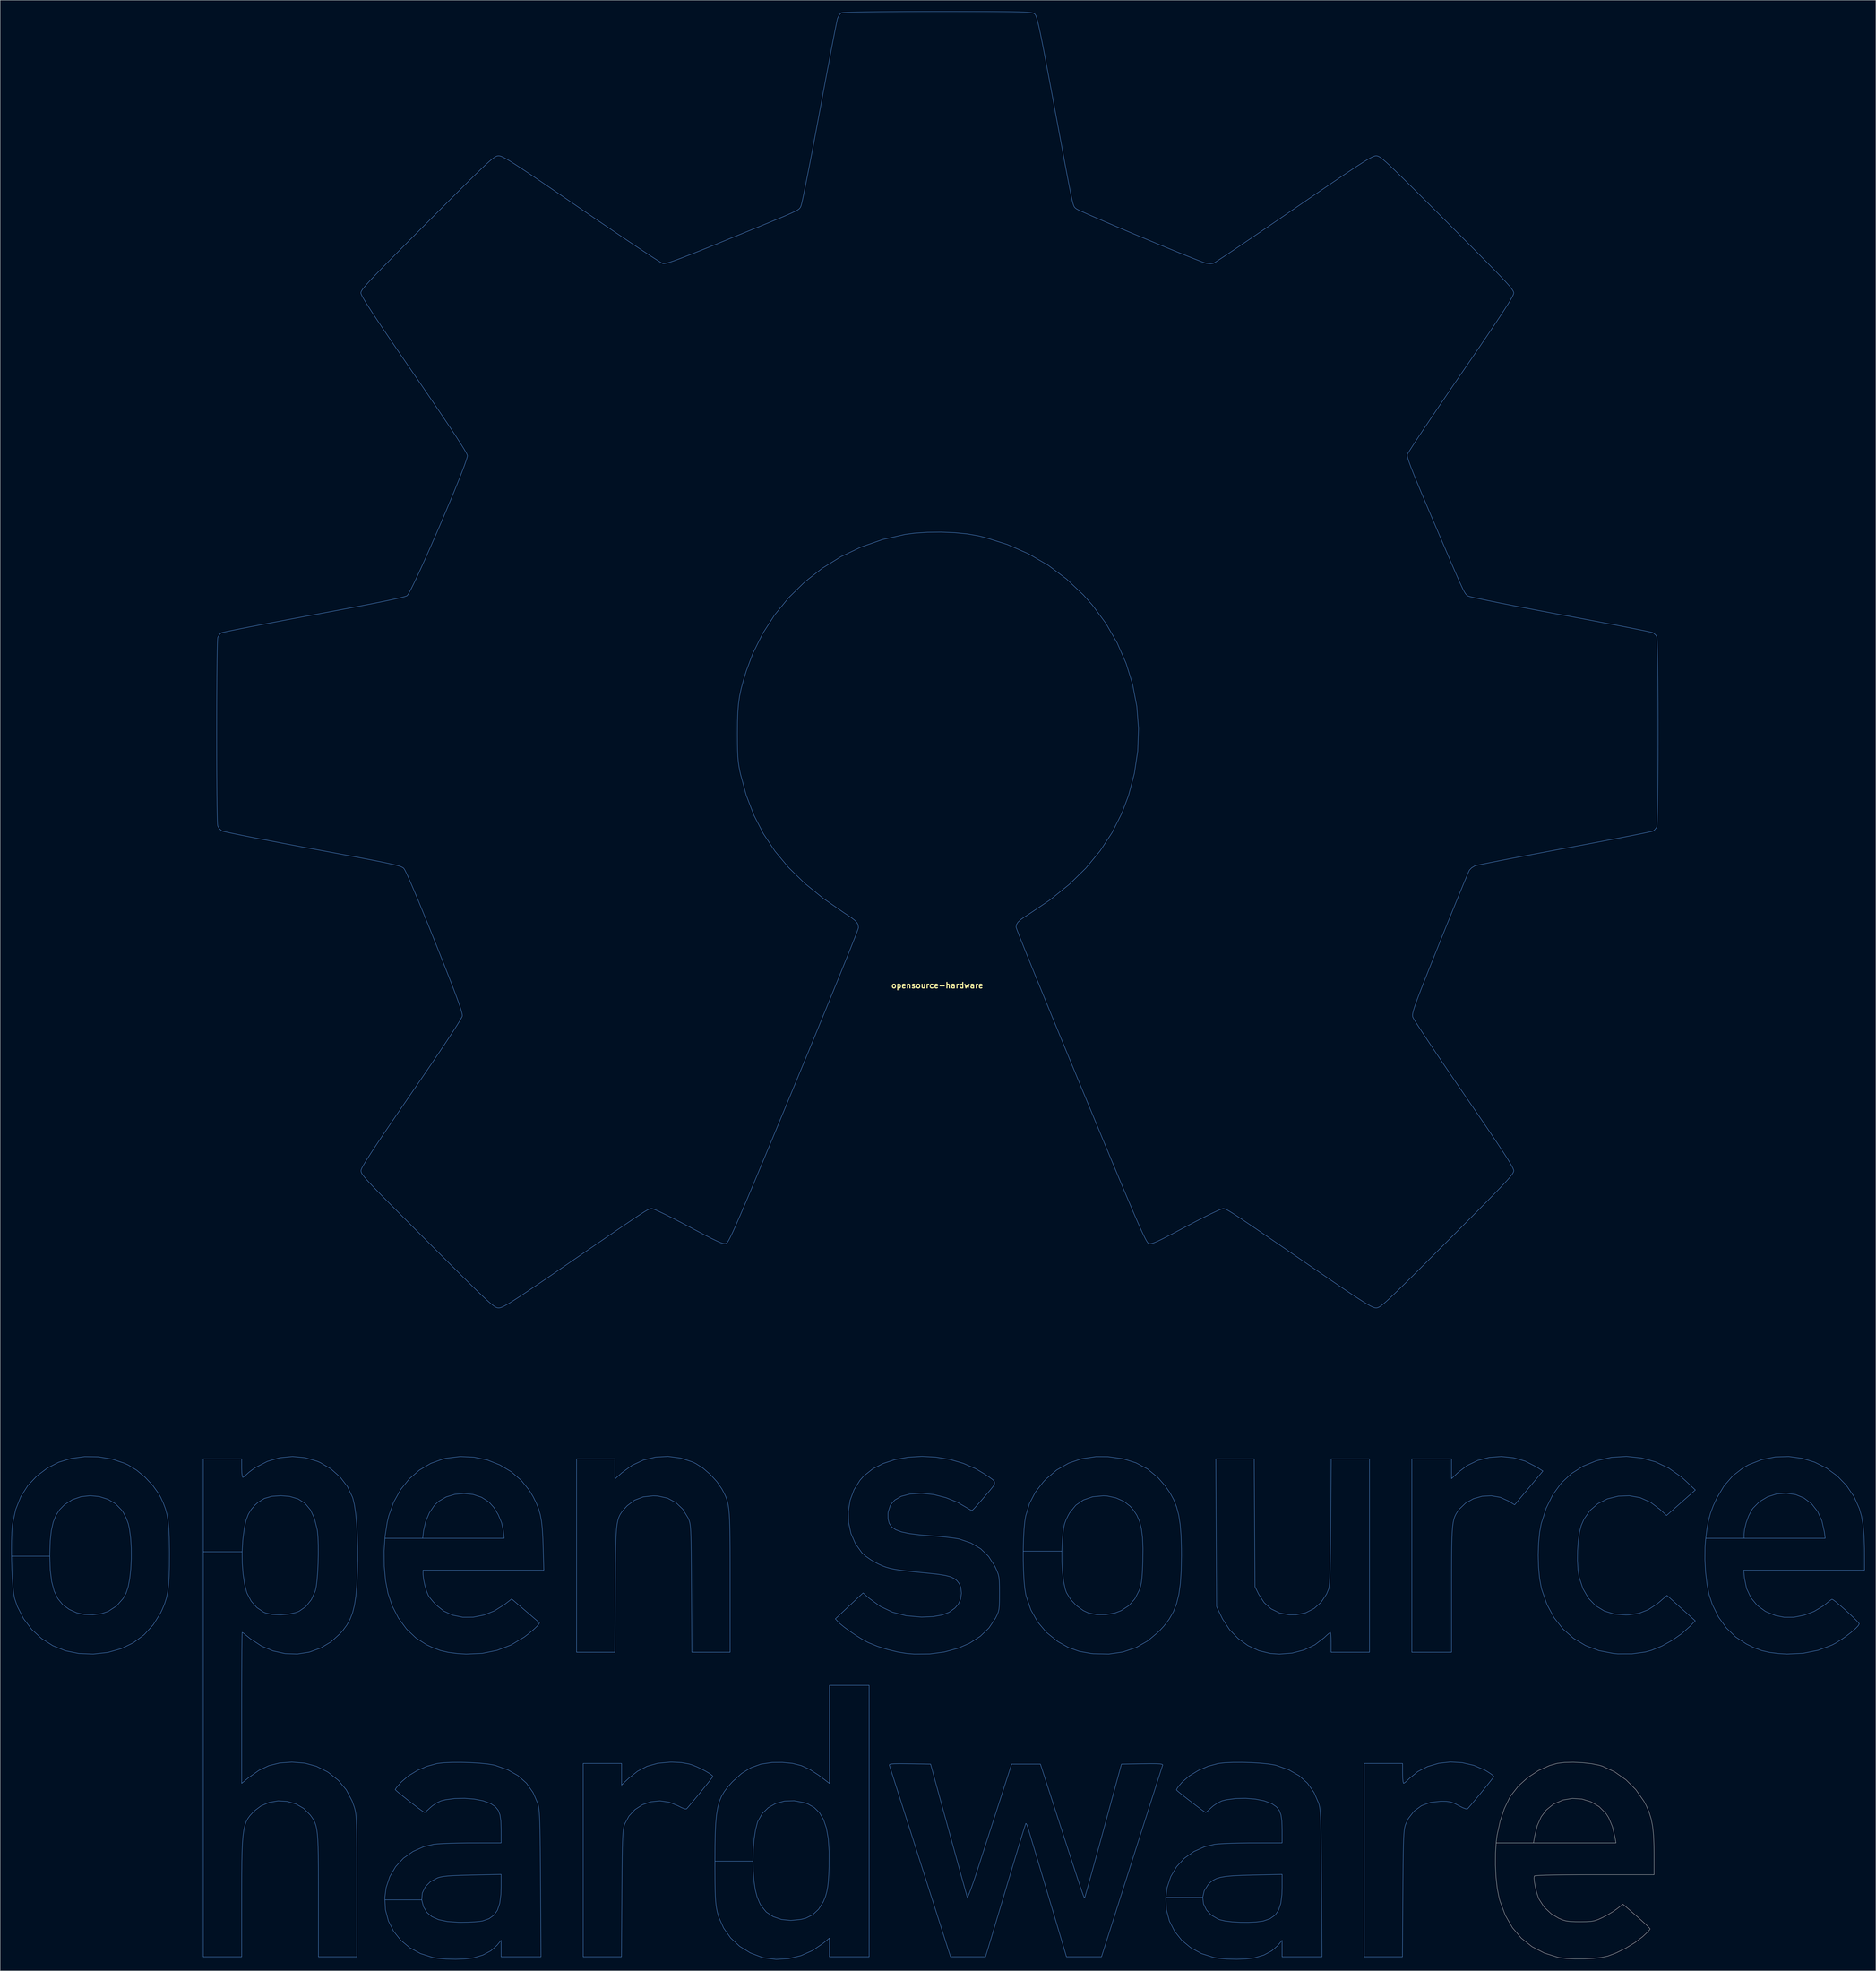
<source format=kicad_pcb>
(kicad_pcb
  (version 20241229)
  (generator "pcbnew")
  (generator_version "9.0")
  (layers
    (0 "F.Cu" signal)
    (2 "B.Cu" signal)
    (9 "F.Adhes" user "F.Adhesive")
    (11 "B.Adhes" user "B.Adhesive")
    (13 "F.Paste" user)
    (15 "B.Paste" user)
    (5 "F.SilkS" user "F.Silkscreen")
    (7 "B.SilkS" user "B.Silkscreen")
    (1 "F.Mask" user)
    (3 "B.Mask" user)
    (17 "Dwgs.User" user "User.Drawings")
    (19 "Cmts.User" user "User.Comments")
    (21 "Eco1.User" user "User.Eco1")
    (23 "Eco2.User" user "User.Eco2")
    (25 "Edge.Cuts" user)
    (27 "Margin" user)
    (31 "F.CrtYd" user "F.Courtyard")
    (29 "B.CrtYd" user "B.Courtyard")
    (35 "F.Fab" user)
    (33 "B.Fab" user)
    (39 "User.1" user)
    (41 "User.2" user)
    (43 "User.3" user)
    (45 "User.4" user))
  (footprint "opensource-hardware"
    (layer "F.Cu")
    (at 250.262 263.173)
    (property "Reference" "opensource-hardware" (at 0 0 0) (layer "F.SilkS") (effects (font (size 1.5 1.5) (thickness 0.3))))
    (attr board_only exclude_from_pos_files exclude_from_bom)
    (fp_poly (pts (xy 174.347 209.963) (xy 176.774 210.233) (xy 178.869 210.643) (xy 179.717 210.897) (xy 183.07 212.448) (xy 186.126 214.598) (xy 188.786 217.256) (xy 190.948 220.333) (xy 191.583 221.521) (xy 192.354 223.288) (xy 192.928 225.117) (xy 193.327 227.149) (xy 193.574 229.525) (xy 193.694 232.386) (xy 193.714 234.413) (xy 193.72 240.227) (xy 177.642 240.227) (xy 173.575 240.235) (xy 170.036 240.257) (xy 167.056 240.295) (xy 164.666 240.346) (xy 162.898 240.41) (xy 161.782 240.487) (xy 161.35 240.575) (xy 161.348 240.578) (xy 161.274 241.175) (xy 161.384 242.248) (xy 161.637 243.592) (xy 161.99 245.005) (xy 162.402 246.283) (xy 162.649 246.878) (xy 164.019 248.995) (xy 165.937 250.795) (xy 167.938 251.993) (xy 168.952 252.428) (xy 169.891 252.704) (xy 170.97 252.856) (xy 172.403 252.918) (xy 173.686 252.927) (xy 175.439 252.91) (xy 176.698 252.832) (xy 177.687 252.652) (xy 178.628 252.33) (xy 179.743 251.824) (xy 179.768 251.812) (xy 181.24 251.033) (xy 182.718 250.135) (xy 183.7 249.447) (xy 185.307 248.197) (xy 188.977 251.392) (xy 190.319 252.582) (xy 191.441 253.617) (xy 192.244 254.402) (xy 192.628 254.843) (xy 192.646 254.89) (xy 192.396 255.255) (xy 191.733 255.948) (xy 190.791 256.83) (xy 190.589 257.009) (xy 188.532 258.579) (xy 186.057 260.088) (xy 183.456 261.373) (xy 181.199 262.22) (xy 179.502 262.586) (xy 177.317 262.839) (xy 174.864 262.974) (xy 172.361 262.986) (xy 170.028 262.87) (xy 168.084 262.619) (xy 167.783 262.557) (xy 164.035 261.391) (xy 160.721 259.66) (xy 157.855 257.376) (xy 155.449 254.555) (xy 153.518 251.208) (xy 152.074 247.35) (xy 151.837 246.487) (xy 151.338 243.94) (xy 151.005 240.919) (xy 150.845 237.651) (xy 150.864 234.358) (xy 151.046 231.641) (xy 161.132 231.641) (xy 172.279 231.641) (xy 183.425 231.641) (xy 183.189 230.299) (xy 182.456 227.238) (xy 181.45 224.822) (xy 180.736 223.712) (xy 178.898 221.861) (xy 176.69 220.547) (xy 174.238 219.792) (xy 171.67 219.618) (xy 169.11 220.046) (xy 166.686 221.097) (xy 166.411 221.265) (xy 164.605 222.725) (xy 163.203 224.593) (xy 162.16 226.952) (xy 161.429 229.883) (xy 161.357 230.299) (xy 161.132 231.641) (xy 151.046 231.641) (xy 151.071 231.267) (xy 151.31 229.467) (xy 152.119 225.77) (xy 153.247 222.391) (xy 154.636 219.494) (xy 155.049 218.815) (xy 157.066 216.258) (xy 159.593 213.98) (xy 162.462 212.096) (xy 165.505 210.724) (xy 167.552 210.15) (xy 169.487 209.906) (xy 171.835 209.849)) (stroke (width 0.1) (type solid)) (fill no) (layer "Dwgs.User"))
    (fp_poly (pts (xy 155.718 127.585) (xy 158.91 128.52) (xy 161.891 130.048) (xy 163.669 131.189) (xy 161.835 133.387) (xy 160.656 134.798) (xy 159.302 136.414) (xy 158.058 137.896) (xy 158.015 137.947) (xy 156.03 140.307) (xy 154.373 139.277) (xy 152.14 138.277) (xy 149.717 137.857) (xy 147.253 137.993) (xy 144.894 138.659) (xy 142.788 139.83) (xy 141.082 141.48) (xy 141.018 141.564) (xy 140.57 142.177) (xy 140.193 142.771) (xy 139.881 143.409) (xy 139.628 144.159) (xy 139.427 145.085) (xy 139.274 146.251) (xy 139.16 147.725) (xy 139.081 149.57) (xy 139.03 151.853) (xy 139.001 154.637) (xy 138.988 157.99) (xy 138.985 161.975) (xy 138.985 163.145) (xy 138.985 180.125) (xy 133.618 180.125) (xy 128.252 180.125) (xy 128.252 154.01) (xy 128.252 127.894) (xy 133.618 127.894) (xy 138.985 127.894) (xy 138.985 130.571) (xy 138.985 133.249) (xy 140.621 131.681) (xy 143.166 129.72) (xy 146.057 128.321) (xy 149.184 127.494) (xy 152.44 127.246)) (stroke (width 0.1) (type solid)) (fill no) (layer "Cmts.User"))
    (fp_poly (pts (xy 85.757 145.156) (xy 85.859 162.417) (xy 86.865 164.465) (xy 88.337 166.721) (xy 90.238 168.419) (xy 92.521 169.531) (xy 95.137 170.032) (xy 96.999 170.016) (xy 99.572 169.468) (xy 101.856 168.303) (xy 103.764 166.588) (xy 105.213 164.391) (xy 105.778 163.017) (xy 105.893 162.428) (xy 105.994 161.374) (xy 106.082 159.818) (xy 106.156 157.722) (xy 106.219 155.049) (xy 106.272 151.761) (xy 106.315 147.82) (xy 106.34 144.798) (xy 106.462 127.894) (xy 111.633 127.894) (xy 116.804 127.894) (xy 116.804 154.01) (xy 116.804 180.125) (xy 111.617 180.125) (xy 106.43 180.125) (xy 106.43 177.442) (xy 106.406 176.16) (xy 106.344 175.211) (xy 106.255 174.771) (xy 106.237 174.759) (xy 105.896 174.987) (xy 105.212 175.579) (xy 104.538 176.209) (xy 102.051 178.117) (xy 99.142 179.507) (xy 95.912 180.35) (xy 92.461 180.616) (xy 90.013 180.448) (xy 86.907 179.704) (xy 83.959 178.326) (xy 81.274 176.391) (xy 78.958 173.98) (xy 77.116 171.17) (xy 76.818 170.577) (xy 75.485 167.783) (xy 75.381 147.839) (xy 75.277 127.894) (xy 80.466 127.894) (xy 85.654 127.894)) (stroke (width 0.1) (type solid)) (fill no) (layer "Cmts.User"))
    (fp_poly (pts (xy -69.165 209.936) (xy -67.106 210.31) (xy -66.349 210.538) (xy -65.129 211.014) (xy -63.803 211.633) (xy -62.533 212.305) (xy -61.48 212.942) (xy -60.805 213.452) (xy -60.644 213.695) (xy -60.86 214.015) (xy -61.44 214.768) (xy -62.291 215.84) (xy -63.318 217.114) (xy -64.428 218.476) (xy -65.526 219.81) (xy -66.519 221) (xy -67.312 221.931) (xy -67.782 222.457) (xy -68.212 222.446) (xy -69.063 222.13) (xy -70.089 221.609) (xy -72.48 220.631) (xy -74.948 220.281) (xy -77.382 220.523) (xy -79.667 221.318) (xy -81.693 222.626) (xy -83.345 224.411) (xy -84.46 226.498) (xy -84.615 226.951) (xy -84.745 227.469) (xy -84.853 228.12) (xy -84.942 228.968) (xy -85.014 230.08) (xy -85.071 231.523) (xy -85.118 233.361) (xy -85.156 235.66) (xy -85.188 238.488) (xy -85.216 241.909) (xy -85.241 245.325) (xy -85.355 262.407) (xy -90.526 262.407) (xy -95.697 262.407) (xy -95.697 236.292) (xy -95.697 210.176) (xy -90.51 210.176) (xy -85.323 210.176) (xy -85.323 213.09) (xy -85.323 216.004) (xy -83.418 214.203) (xy -81.004 212.272) (xy -78.417 210.929) (xy -75.533 210.129) (xy -72.229 209.824) (xy -71.652 209.818)) (stroke (width 0.1) (type solid)) (fill no) (layer "Cmts.User"))
    (fp_poly (pts (xy 141.853 209.962) (xy 144.991 210.681) (xy 147.947 211.952) (xy 148.645 212.358) (xy 149.603 212.986) (xy 150.252 213.485) (xy 150.432 213.704) (xy 150.218 214.025) (xy 149.637 214.779) (xy 148.784 215.852) (xy 147.752 217.129) (xy 146.635 218.495) (xy 145.526 219.835) (xy 144.52 221.036) (xy 143.71 221.981) (xy 143.283 222.457) (xy 142.858 222.443) (xy 142.007 222.123) (xy 140.914 221.567) (xy 140.906 221.562) (xy 139.697 220.925) (xy 138.692 220.567) (xy 137.584 220.412) (xy 136.123 220.383) (xy 133.302 220.692) (xy 130.877 221.58) (xy 128.875 223.029) (xy 127.326 225.02) (xy 126.581 226.585) (xy 126.432 227.027) (xy 126.307 227.558) (xy 126.203 228.24) (xy 126.118 229.141) (xy 126.048 230.325) (xy 125.992 231.858) (xy 125.946 233.805) (xy 125.909 236.231) (xy 125.877 239.202) (xy 125.848 242.782) (xy 125.83 245.325) (xy 125.716 262.407) (xy 120.544 262.407) (xy 115.373 262.407) (xy 115.373 236.292) (xy 115.373 210.176) (xy 120.561 210.176) (xy 125.748 210.176) (xy 125.748 212.859) (xy 125.783 214.142) (xy 125.876 215.09) (xy 126.009 215.531) (xy 126.035 215.542) (xy 126.43 215.305) (xy 127.116 214.699) (xy 127.556 214.26) (xy 129.838 212.383) (xy 132.526 211.004) (xy 135.504 210.134) (xy 138.652 209.783)) (stroke (width 0.1) (type solid)) (fill no) (layer "Cmts.User"))
    (fp_poly (pts (xy 190.262 127.638) (xy 194.104 128.709) (xy 197.725 130.419) (xy 201.055 132.753) (xy 202.185 133.759) (xy 204.873 136.301) (xy 200.985 139.741) (xy 197.097 143.18) (xy 195.266 141.497) (xy 192.724 139.595) (xy 189.977 138.378) (xy 187.022 137.846) (xy 184.061 137.965) (xy 181.102 138.691) (xy 178.542 139.982) (xy 176.428 141.801) (xy 174.809 144.112) (xy 174.043 145.86) (xy 173.564 147.732) (xy 173.226 150.084) (xy 173.039 152.695) (xy 173.012 155.341) (xy 173.153 157.8) (xy 173.472 159.849) (xy 173.478 159.878) (xy 174.506 162.984) (xy 175.992 165.546) (xy 177.915 167.549) (xy 180.258 168.979) (xy 183.001 169.822) (xy 186.123 170.063) (xy 186.864 170.033) (xy 189.648 169.604) (xy 192.169 168.628) (xy 194.586 167.035) (xy 195.37 166.379) (xy 197.199 164.773) (xy 201.027 168.208) (xy 204.854 171.642) (xy 203.491 173.056) (xy 201.25 175.062) (xy 198.626 176.901) (xy 195.827 178.451) (xy 193.062 179.592) (xy 191.394 180.054) (xy 187.756 180.548) (xy 183.953 180.556) (xy 182.808 180.458) (xy 178.826 179.693) (xy 175.193 178.317) (xy 171.941 176.358) (xy 169.102 173.845) (xy 166.71 170.808) (xy 164.795 167.275) (xy 163.391 163.277) (xy 163.235 162.675) (xy 162.771 160.116) (xy 162.495 157.105) (xy 162.407 153.873) (xy 162.508 150.654) (xy 162.798 147.681) (xy 163.225 145.389) (xy 164.564 141.194) (xy 166.365 137.545) (xy 168.631 134.439) (xy 171.362 131.877) (xy 174.558 129.856) (xy 178.102 128.414) (xy 182.192 127.475) (xy 186.268 127.221)) (stroke (width 0.1) (type solid)) (fill no) (layer "Cmts.User"))
    (fp_poly (pts (xy -69.396 127.663) (xy -66.125 128.749) (xy -65.313 129.134) (xy -63.328 130.399) (xy -61.333 132.118) (xy -59.552 134.069) (xy -58.212 136.032) (xy -58.148 136.15) (xy -57.696 137.007) (xy -57.312 137.791) (xy -56.991 138.566) (xy -56.727 139.398) (xy -56.514 140.35) (xy -56.347 141.486) (xy -56.22 142.873) (xy -56.128 144.573) (xy -56.065 146.652) (xy -56.026 149.174) (xy -56.004 152.204) (xy -55.994 155.805) (xy -55.992 160.044) (xy -55.992 161.075) (xy -55.987 180.125) (xy -61.159 180.125) (xy -66.33 180.125) (xy -66.435 162.864) (xy -66.46 158.905) (xy -66.484 155.596) (xy -66.51 152.871) (xy -66.542 150.664) (xy -66.582 148.91) (xy -66.634 147.543) (xy -66.701 146.498) (xy -66.786 145.708) (xy -66.893 145.108) (xy -67.025 144.632) (xy -67.184 144.214) (xy -67.363 143.814) (xy -68.795 141.469) (xy -70.654 139.691) (xy -72.908 138.503) (xy -75.523 137.925) (xy -76.755 137.869) (xy -79.48 138.167) (xy -81.809 139.05) (xy -83.778 140.535) (xy -84.236 141.022) (xy -84.82 141.692) (xy -85.313 142.307) (xy -85.722 142.931) (xy -86.055 143.632) (xy -86.322 144.475) (xy -86.529 145.524) (xy -86.687 146.846) (xy -86.802 148.505) (xy -86.883 150.569) (xy -86.939 153.102) (xy -86.978 156.17) (xy -87.008 159.838) (xy -87.029 163.043) (xy -87.144 180.125) (xy -92.315 180.125) (xy -97.486 180.125) (xy -97.486 154.01) (xy -97.486 127.894) (xy -92.299 127.894) (xy -87.111 127.894) (xy -87.111 130.611) (xy -87.111 133.327) (xy -85.249 131.653) (xy -82.497 129.643) (xy -79.431 128.226) (xy -76.154 127.415) (xy -72.775 127.223)) (stroke (width 0.1) (type solid)) (fill no) (layer "Cmts.User"))
    (fp_poly (pts (xy -125.214 127.43) (xy -121.606 128.204) (xy -118.21 129.539) (xy -115.113 131.397) (xy -112.401 133.74) (xy -110.158 136.531) (xy -109.212 138.135) (xy -108.392 139.799) (xy -107.765 141.352) (xy -107.302 142.938) (xy -106.973 144.704) (xy -106.75 146.796) (xy -106.602 149.358) (xy -106.531 151.416) (xy -106.342 157.945) (xy -122.663 157.945) (xy -138.985 157.945) (xy -138.98 159.108) (xy -138.844 160.408) (xy -138.5 162.021) (xy -138.033 163.607) (xy -137.564 164.759) (xy -137.079 165.477) (xy -136.27 166.461) (xy -135.464 167.34) (xy -133.365 169.017) (xy -130.924 170.129) (xy -128.239 170.676) (xy -125.405 170.66) (xy -122.519 170.082) (xy -119.678 168.942) (xy -116.978 167.242) (xy -116.897 167.18) (xy -115.023 165.734) (xy -111.352 168.881) (xy -109.995 170.044) (xy -108.841 171.031) (xy -107.995 171.752) (xy -107.561 172.119) (xy -107.529 172.146) (xy -107.628 172.471) (xy -108.186 173.118) (xy -109.089 173.979) (xy -110.225 174.947) (xy -111.479 175.915) (xy -111.661 176.047) (xy -115.163 178.148) (xy -118.926 179.605) (xy -122.977 180.424) (xy -127.343 180.61) (xy -129.683 180.466) (xy -132.181 180.146) (xy -134.296 179.651) (xy -136.354 178.889) (xy -138.065 178.08) (xy -140.927 176.249) (xy -143.466 173.834) (xy -145.621 170.918) (xy -147.331 167.584) (xy -148.459 164.208) (xy -149.119 160.734) (xy -149.467 156.848) (xy -149.506 152.778) (xy -149.277 149.359) (xy -139.083 149.359) (xy -128.072 149.359) (xy -117.062 149.359) (xy -117.271 147.332) (xy -117.742 145.177) (xy -118.648 142.979) (xy -119.859 140.993) (xy -121.192 139.523) (xy -123.17 138.264) (xy -125.461 137.509) (xy -127.916 137.248) (xy -130.38 137.472) (xy -132.703 138.17) (xy -134.731 139.333) (xy -135.954 140.487) (xy -137.28 142.484) (xy -138.287 144.856) (xy -138.839 147.286) (xy -138.842 147.305) (xy -139.083 149.359) (xy -149.277 149.359) (xy -149.237 148.757) (xy -148.663 145.012) (xy -148.256 143.294) (xy -146.916 139.559) (xy -145.058 136.221) (xy -142.732 133.333) (xy -139.992 130.948) (xy -136.891 129.117) (xy -133.481 127.895) (xy -132.724 127.719) (xy -128.948 127.256)) (stroke (width 0.1) (type solid)) (fill no) (layer "Cmts.User"))
    (fp_poly (pts (xy -18.424 225.738) (xy -18.424 262.407) (xy -23.79 262.407) (xy -29.156 262.407) (xy -29.156 259.882) (xy -29.156 257.356) (xy -30.856 258.77) (xy -33.7 260.707) (xy -36.857 262.098) (xy -40.195 262.911) (xy -43.578 263.115) (xy -46.874 262.681) (xy -47.307 262.571) (xy -50.54 261.355) (xy -53.403 259.583) (xy -55.828 257.323) (xy -57.747 254.642) (xy -59.093 251.61) (xy -59.457 250.306) (xy -59.645 249.412) (xy -59.793 248.451) (xy -59.907 247.327) (xy -59.989 245.947) (xy -60.045 244.216) (xy -60.079 242.039) (xy -60.095 239.323) (xy -60.098 236.582) (xy -49.826 236.582) (xy -49.762 238.975) (xy -49.542 241.898) (xy -49.199 244.257) (xy -48.7 246.2) (xy -48.013 247.871) (xy -47.602 248.629) (xy -46.213 250.319) (xy -44.346 251.56) (xy -42.102 252.324) (xy -39.582 252.583) (xy -36.886 252.309) (xy -35.52 251.969) (xy -33.669 251.055) (xy -32.061 249.544) (xy -30.79 247.536) (xy -30.206 246.075) (xy -29.868 244.872) (xy -29.621 243.582) (xy -29.445 242.039) (xy -29.322 240.078) (xy -29.246 238.075) (xy -29.229 233.982) (xy -29.463 230.521) (xy -29.964 227.646) (xy -30.751 225.311) (xy -31.842 223.472) (xy -33.254 222.084) (xy -35.004 221.1) (xy -35.997 220.75) (xy -38.702 220.246) (xy -41.281 220.334) (xy -43.643 220.974) (xy -45.694 222.127) (xy -47.342 223.754) (xy -48.495 225.814) (xy -48.613 226.139) (xy -49.127 228.143) (xy -49.511 230.673) (xy -49.749 233.546) (xy -49.826 236.582) (xy -60.098 236.582) (xy -60.098 236.47) (xy -60.079 232.503) (xy -60.014 229.168) (xy -59.883 226.383) (xy -59.668 224.065) (xy -59.35 222.132) (xy -58.911 220.501) (xy -58.333 219.09) (xy -57.596 217.817) (xy -56.683 216.598) (xy -55.574 215.351) (xy -55.278 215.04) (xy -52.888 212.881) (xy -50.401 211.339) (xy -47.694 210.364) (xy -44.642 209.909) (xy -41.899 209.885) (xy -39.167 210.147) (xy -36.774 210.748) (xy -34.502 211.77) (xy -32.137 213.295) (xy -31.392 213.851) (xy -29.156 215.562) (xy -29.156 202.316) (xy -29.156 189.069) (xy -23.79 189.069) (xy -18.424 189.069)) (stroke (width 0.1) (type solid)) (fill no) (layer "Cmts.User"))
    (fp_poly (pts (xy 233.709 127.739) (xy 237.123 128.793) (xy 240.309 130.382) (xy 243.193 132.478) (xy 245.697 135.05) (xy 247.747 138.069) (xy 249.188 141.274) (xy 249.78 143.344) (xy 250.201 145.749) (xy 250.463 148.599) (xy 250.581 152.008) (xy 250.59 153.205) (xy 250.601 157.945) (xy 234.274 157.945) (xy 217.947 157.945) (xy 218.14 160.071) (xy 218.726 162.93) (xy 219.904 165.421) (xy 221.624 167.495) (xy 223.84 169.107) (xy 226.503 170.207) (xy 228.892 170.683) (xy 231.507 170.677) (xy 234.272 170.124) (xy 236.972 169.093) (xy 239.392 167.653) (xy 240.118 167.078) (xy 240.978 166.376) (xy 241.615 165.918) (xy 241.827 165.815) (xy 242.237 166.045) (xy 243.032 166.661) (xy 244.091 167.552) (xy 245.291 168.608) (xy 246.51 169.718) (xy 247.626 170.772) (xy 248.517 171.659) (xy 249.061 172.269) (xy 249.17 172.463) (xy 248.886 172.987) (xy 248.117 173.782) (xy 246.993 174.746) (xy 245.642 175.782) (xy 244.193 176.788) (xy 242.773 177.665) (xy 241.827 178.168) (xy 238.073 179.591) (xy 233.986 180.406) (xy 229.625 180.603) (xy 227.348 180.466) (xy 224.911 180.159) (xy 222.858 179.688) (xy 220.872 178.962) (xy 218.68 177.909) (xy 215.795 176.021) (xy 213.256 173.56) (xy 211.128 170.613) (xy 209.476 167.267) (xy 208.593 164.563) (xy 208.023 161.74) (xy 207.638 158.486) (xy 207.454 155.069) (xy 207.489 151.754) (xy 207.621 149.946) (xy 207.834 148.172) (xy 218.046 148.172) (xy 218.046 149.359) (xy 229.008 149.359) (xy 239.969 149.359) (xy 239.752 147.66) (xy 239.083 144.654) (xy 237.917 142.089) (xy 236.288 140.01) (xy 234.231 138.462) (xy 232.011 137.551) (xy 229.402 137.159) (xy 226.806 137.379) (xy 224.357 138.163) (xy 222.19 139.464) (xy 220.438 141.233) (xy 220.019 141.838) (xy 219.256 143.342) (xy 218.608 145.144) (xy 218.174 146.928) (xy 218.046 148.172) (xy 207.834 148.172) (xy 207.966 147.077) (xy 208.391 144.702) (xy 208.956 142.601) (xy 209.719 140.553) (xy 210.689 138.441) (xy 212.639 135.181) (xy 215.015 132.462) (xy 217.782 130.318) (xy 219.284 129.482) (xy 222.854 128.094) (xy 226.499 127.36) (xy 230.142 127.252)) (stroke (width 0.1) (type solid)) (fill no) (layer "Cmts.User"))
    (fp_poly (pts (xy -226.729 127.334) (xy -223.086 127.939) (xy -219.63 129.1) (xy -218.621 129.571) (xy -216.355 130.979) (xy -214.114 132.852) (xy -212.087 134.999) (xy -210.465 137.232) (xy -209.876 138.299) (xy -209.158 139.875) (xy -208.598 141.385) (xy -208.179 142.951) (xy -207.881 144.697) (xy -207.684 146.744) (xy -207.571 149.216) (xy -207.521 152.236) (xy -207.515 153.473) (xy -207.528 156.847) (xy -207.601 159.621) (xy -207.75 161.912) (xy -207.993 163.835) (xy -208.347 165.505) (xy -208.829 167.037) (xy -209.456 168.547) (xy -209.917 169.505) (xy -211.898 172.708) (xy -214.355 175.397) (xy -217.248 177.552) (xy -220.535 179.152) (xy -224.175 180.177) (xy -228.126 180.606) (xy -232.011 180.455) (xy -235.636 179.729) (xy -239.008 178.369) (xy -242.061 176.433) (xy -244.727 173.98) (xy -246.938 171.067) (xy -248.626 167.753) (xy -249.354 165.614) (xy -249.595 164.373) (xy -249.802 162.56) (xy -249.971 160.319) (xy -250.098 157.794) (xy -250.18 155.127) (xy -250.191 154.189) (xy -239.86 154.189) (xy -239.736 157.918) (xy -239.351 161.031) (xy -238.676 163.59) (xy -237.682 165.656) (xy -236.339 167.289) (xy -234.619 168.552) (xy -232.595 169.468) (xy -230.52 169.932) (xy -228.198 170.01) (xy -225.925 169.714) (xy -224.071 169.094) (xy -221.822 167.621) (xy -220.063 165.635) (xy -219.238 164.163) (xy -218.678 162.479) (xy -218.252 160.255) (xy -217.967 157.656) (xy -217.827 154.846) (xy -217.838 151.99) (xy -218.005 149.25) (xy -218.333 146.793) (xy -218.636 145.424) (xy -219.181 143.946) (xy -219.968 142.415) (xy -220.393 141.764) (xy -222.053 140.054) (xy -224.123 138.822) (xy -226.466 138.079) (xy -228.949 137.84) (xy -231.434 138.117) (xy -233.788 138.922) (xy -235.874 140.269) (xy -235.898 140.289) (xy -237.19 141.606) (xy -238.194 143.147) (xy -238.937 145.001) (xy -239.445 147.261) (xy -239.743 150.018) (xy -239.857 153.362) (xy -239.86 154.189) (xy -250.191 154.189) (xy -250.212 152.463) (xy -250.19 149.945) (xy -250.112 147.716) (xy -249.971 145.92) (xy -249.91 145.439) (xy -249.057 141.529) (xy -247.695 138.103) (xy -245.794 135.108) (xy -243.32 132.493) (xy -240.502 130.373) (xy -237.444 128.804) (xy -234.041 127.771) (xy -230.425 127.28)) (stroke (width 0.1) (type solid)) (fill no) (layer "Cmts.User"))
    (fp_poly (pts (xy 46.14 127.298) (xy 50.14 127.855) (xy 53.702 128.97) (xy 56.855 130.657) (xy 59.625 132.931) (xy 61.589 135.187) (xy 62.866 137.029) (xy 63.886 138.887) (xy 64.672 140.869) (xy 65.25 143.08) (xy 65.645 145.628) (xy 65.881 148.619) (xy 65.983 152.159) (xy 65.992 154.146) (xy 65.918 158.173) (xy 65.691 161.595) (xy 65.283 164.509) (xy 64.663 167.014) (xy 63.802 169.21) (xy 62.669 171.195) (xy 61.235 173.069) (xy 59.83 174.574) (xy 56.899 177.045) (xy 53.69 178.87) (xy 50.186 180.053) (xy 46.368 180.601) (xy 42.22 180.519) (xy 41.571 180.453) (xy 38.346 179.876) (xy 35.478 178.862) (xy 32.697 177.311) (xy 32.47 177.161) (xy 29.515 174.773) (xy 27.119 171.94) (xy 25.285 168.667) (xy 24.017 164.958) (xy 23.922 164.563) (xy 23.647 162.909) (xy 23.44 160.701) (xy 23.303 158.099) (xy 23.234 155.262) (xy 23.235 152.836) (xy 33.67 152.836) (xy 33.686 155.819) (xy 33.85 158.615) (xy 34.151 161.078) (xy 34.579 163.067) (xy 34.902 163.998) (xy 36.016 165.842) (xy 37.62 167.54) (xy 39.491 168.886) (xy 40.843 169.51) (xy 43.116 169.977) (xy 45.625 169.968) (xy 48.091 169.501) (xy 49.692 168.889) (xy 51.779 167.534) (xy 53.391 165.711) (xy 54.603 163.336) (xy 54.612 163.311) (xy 54.919 162.394) (xy 55.146 161.378) (xy 55.31 160.12) (xy 55.43 158.474) (xy 55.521 156.297) (xy 55.544 155.579) (xy 55.589 152.079) (xy 55.472 149.183) (xy 55.173 146.789) (xy 54.667 144.797) (xy 53.931 143.109) (xy 52.944 141.624) (xy 52.118 140.681) (xy 50.428 139.376) (xy 48.297 138.428) (xy 45.945 137.923) (xy 44.888 137.864) (xy 41.981 138.137) (xy 39.496 138.987) (xy 37.435 140.414) (xy 35.799 142.415) (xy 35.313 143.278) (xy 34.78 144.398) (xy 34.41 145.414) (xy 34.156 146.533) (xy 33.971 147.962) (xy 33.814 149.807) (xy 33.67 152.836) (xy 23.235 152.836) (xy 23.235 152.35) (xy 23.305 149.521) (xy 23.445 146.934) (xy 23.654 144.75) (xy 23.898 143.277) (xy 24.937 139.901) (xy 26.498 136.895) (xy 28.666 134.101) (xy 29.335 133.396) (xy 32.258 130.909) (xy 35.505 129.057) (xy 39.06 127.845) (xy 42.905 127.281)) (stroke (width 0.1) (type solid)) (fill no) (layer "Cmts.User"))
    (fp_poly (pts (xy -8.123 210.246) (xy -7.466 210.256) (xy -1.808 210.355) (xy 3.053 228.063) (xy 3.999 231.508) (xy 4.892 234.751) (xy 5.713 237.728) (xy 6.443 240.369) (xy 7.064 242.609) (xy 7.557 244.38) (xy 7.904 245.615) (xy 8.085 246.247) (xy 8.105 246.308) (xy 8.264 246.145) (xy 8.602 245.388) (xy 9.087 244.126) (xy 9.685 242.449) (xy 10.361 240.447) (xy 10.667 239.511) (xy 11.412 237.205) (xy 12.323 234.389) (xy 13.342 231.236) (xy 14.414 227.916) (xy 15.485 224.602) (xy 16.498 221.465) (xy 16.563 221.266) (xy 20.087 210.355) (xy 23.979 210.355) (xy 27.872 210.355) (xy 31.52 221.624) (xy 33.071 226.415) (xy 34.417 230.567) (xy 35.573 234.125) (xy 36.553 237.132) (xy 37.371 239.63) (xy 38.042 241.662) (xy 38.579 243.273) (xy 38.998 244.505) (xy 39.312 245.401) (xy 39.536 246.005) (xy 39.685 246.359) (xy 39.773 246.507) (xy 39.803 246.514) (xy 39.923 246.15) (xy 40.212 245.161) (xy 40.653 243.61) (xy 41.227 241.563) (xy 41.916 239.085) (xy 42.703 236.239) (xy 43.569 233.092) (xy 44.496 229.707) (xy 44.864 228.36) (xy 49.777 210.355) (xy 55.428 210.256) (xy 57.625 210.229) (xy 59.19 210.241) (xy 60.207 210.296) (xy 60.757 210.401) (xy 60.925 210.561) (xy 60.915 210.614) (xy 60.783 211.021) (xy 60.45 212.055) (xy 59.934 213.664) (xy 59.253 215.793) (xy 58.423 218.388) (xy 57.462 221.395) (xy 56.387 224.762) (xy 55.215 228.433) (xy 53.964 232.355) (xy 52.65 236.474) (xy 52.565 236.739) (xy 44.38 262.407) (xy 39.645 262.407) (xy 34.911 262.407) (xy 34.143 259.813) (xy 33.66 258.181) (xy 33.044 256.109) (xy 32.321 253.681) (xy 31.516 250.982) (xy 30.654 248.095) (xy 29.761 245.105) (xy 28.862 242.095) (xy 27.981 239.15) (xy 27.144 236.354) (xy 26.376 233.791) (xy 25.702 231.545) (xy 25.148 229.699) (xy 24.738 228.339) (xy 24.498 227.548) (xy 24.456 227.413) (xy 24.168 226.67) (xy 23.95 226.369) (xy 23.925 226.378) (xy 23.794 226.742) (xy 23.481 227.722) (xy 23.008 229.246) (xy 22.395 231.245) (xy 21.665 233.649) (xy 20.839 236.386) (xy 19.939 239.388) (xy 19.302 241.517) (xy 18.327 244.785) (xy 17.383 247.946) (xy 16.497 250.911) (xy 15.694 253.592) (xy 15.003 255.898) (xy 14.45 257.743) (xy 14.06 259.036) (xy 13.933 259.456) (xy 13.035 262.407) (xy 8.306 262.404) (xy 3.577 262.4) (xy -4.613 236.735) (xy -5.931 232.606) (xy -7.188 228.67) (xy -8.366 224.982) (xy -9.448 221.595) (xy -10.416 218.564) (xy -11.255 215.942) (xy -11.946 213.782) (xy -12.472 212.14) (xy -12.816 211.068) (xy -12.962 210.62) (xy -12.964 210.614) (xy -12.883 210.439) (xy -12.441 210.32) (xy -11.556 210.251) (xy -10.144 210.228)) (stroke (width 0.1) (type solid)) (fill no) (layer "Cmts.User"))
    (fp_poly (pts (xy -126.13 209.947) (xy -123.687 210.095) (xy -121.531 210.312) (xy -119.849 210.593) (xy -119.487 210.683) (xy -116.095 211.885) (xy -113.281 213.488) (xy -111.012 215.52) (xy -109.256 218.013) (xy -108.006 220.908) (xy -107.864 221.388) (xy -107.744 221.941) (xy -107.642 222.627) (xy -107.557 223.509) (xy -107.487 224.646) (xy -107.428 226.101) (xy -107.38 227.933) (xy -107.34 230.204) (xy -107.306 232.975) (xy -107.275 236.307) (xy -107.245 240.261) (xy -107.23 242.642) (xy -107.101 262.407) (xy -112.489 262.407) (xy -117.877 262.407) (xy -117.877 260.179) (xy -117.877 257.951) (xy -118.987 259.297) (xy -120.63 260.776) (xy -122.802 261.933) (xy -125.359 262.694) (xy -125.56 262.733) (xy -127.648 262.985) (xy -130.119 263.08) (xy -132.679 263.02) (xy -135.031 262.812) (xy -136.346 262.589) (xy -139.662 261.541) (xy -142.562 259.968) (xy -145.003 257.933) (xy -146.942 255.502) (xy -148.335 252.739) (xy -149.14 249.709) (xy -149.284 247.022) (xy -139.337 247.022) (xy -138.852 248.914) (xy -137.936 250.419) (xy -136.595 251.565) (xy -134.77 252.374) (xy -132.407 252.87) (xy -129.448 253.076) (xy -128.61 253.085) (xy -126.779 253.054) (xy -125.043 252.966) (xy -123.624 252.837) (xy -122.893 252.719) (xy -121.145 252.116) (xy -119.813 251.166) (xy -118.86 249.801) (xy -118.247 247.95) (xy -117.936 245.542) (xy -117.877 243.521) (xy -117.877 240.148) (xy -125.658 240.312) (xy -128.441 240.382) (xy -130.607 240.466) (xy -132.258 240.573) (xy -133.493 240.71) (xy -134.412 240.886) (xy -135.039 241.079) (xy -136.982 242.116) (xy -138.374 243.509) (xy -139.172 245.172) (xy -139.337 247.022) (xy -149.284 247.022) (xy -149.314 246.476) (xy -148.957 243.732) (xy -147.968 240.73) (xy -146.385 238.058) (xy -144.275 235.78) (xy -141.706 233.956) (xy -138.749 232.651) (xy -136.123 232.017) (xy -135.065 231.906) (xy -133.437 231.809) (xy -131.384 231.729) (xy -129.051 231.673) (xy -126.582 231.645) (xy -125.837 231.644) (xy -117.877 231.641) (xy -117.877 227.968) (xy -117.946 225.724) (xy -118.189 224.052) (xy -118.664 222.818) (xy -119.425 221.889) (xy -120.531 221.13) (xy -120.821 220.976) (xy -122.734 220.265) (xy -125.112 219.799) (xy -127.744 219.589) (xy -130.419 219.646) (xy -132.924 219.982) (xy -134.123 220.279) (xy -135.224 220.786) (xy -136.424 221.596) (xy -136.961 222.058) (xy -137.772 222.804) (xy -138.357 223.297) (xy -138.542 223.413) (xy -138.91 223.206) (xy -139.701 222.65) (xy -140.788 221.843) (xy -142.047 220.884) (xy -143.35 219.869) (xy -144.572 218.898) (xy -145.588 218.067) (xy -146.271 217.475) (xy -146.496 217.226) (xy -146.269 216.84) (xy -145.673 216.101) (xy -144.836 215.167) (xy -144.834 215.165) (xy -142.945 213.538) (xy -140.57 212.094) (xy -137.937 210.948) (xy -135.273 210.216) (xy -135.027 210.172) (xy -133.308 209.981) (xy -131.128 209.884) (xy -128.673 209.874)) (stroke (width 0.1) (type solid)) (fill no) (layer "Cmts.User"))
    (fp_poly (pts (xy 84.94 209.947) (xy 87.383 210.095) (xy 89.539 210.312) (xy 91.222 210.593) (xy 91.583 210.683) (xy 94.976 211.885) (xy 97.79 213.488) (xy 100.058 215.52) (xy 101.815 218.013) (xy 103.064 220.908) (xy 103.206 221.388) (xy 103.326 221.941) (xy 103.428 222.627) (xy 103.513 223.509) (xy 103.584 224.646) (xy 103.642 226.101) (xy 103.69 227.933) (xy 103.73 230.204) (xy 103.765 232.975) (xy 103.796 236.307) (xy 103.825 240.261) (xy 103.841 242.642) (xy 103.969 262.407) (xy 98.581 262.407) (xy 93.193 262.407) (xy 93.193 260.179) (xy 93.193 257.951) (xy 92.084 259.297) (xy 90.44 260.776) (xy 88.269 261.933) (xy 85.712 262.694) (xy 85.511 262.733) (xy 83.422 262.985) (xy 80.951 263.08) (xy 78.392 263.02) (xy 76.04 262.812) (xy 74.724 262.589) (xy 71.409 261.541) (xy 68.509 259.968) (xy 66.068 257.933) (xy 64.129 255.502) (xy 62.735 252.739) (xy 61.93 249.709) (xy 61.757 246.476) (xy 61.772 246.356) (xy 71.74 246.356) (xy 71.95 248.108) (xy 72.734 249.741) (xy 74.053 251.144) (xy 75.872 252.21) (xy 76.383 252.404) (xy 77.787 252.732) (xy 79.686 252.961) (xy 81.862 253.085) (xy 84.102 253.1) (xy 86.188 252.999) (xy 87.907 252.776) (xy 88.177 252.719) (xy 89.941 252.114) (xy 91.279 251.169) (xy 92.232 249.812) (xy 92.839 247.971) (xy 93.141 245.573) (xy 93.193 243.701) (xy 93.193 240.148) (xy 85.412 240.315) (xy 82.356 240.4) (xy 79.921 240.52) (xy 78.011 240.696) (xy 76.531 240.949) (xy 75.387 241.299) (xy 74.482 241.766) (xy 73.723 242.371) (xy 73.188 242.932) (xy 72.14 244.594) (xy 71.74 246.356) (xy 61.772 246.356) (xy 62.114 243.732) (xy 63.102 240.73) (xy 64.686 238.058) (xy 66.796 235.78) (xy 69.364 233.956) (xy 72.322 232.651) (xy 74.948 232.017) (xy 76.005 231.906) (xy 77.633 231.809) (xy 79.686 231.729) (xy 82.02 231.673) (xy 84.488 231.645) (xy 85.233 231.644) (xy 93.193 231.641) (xy 93.193 227.968) (xy 93.124 225.724) (xy 92.881 224.052) (xy 92.407 222.818) (xy 91.645 221.889) (xy 90.54 221.13) (xy 90.25 220.976) (xy 88.336 220.265) (xy 85.958 219.799) (xy 83.326 219.589) (xy 80.652 219.646) (xy 78.146 219.982) (xy 76.948 220.279) (xy 75.847 220.786) (xy 74.647 221.596) (xy 74.109 222.058) (xy 73.303 222.804) (xy 72.73 223.296) (xy 72.554 223.413) (xy 72.199 223.206) (xy 71.413 222.651) (xy 70.326 221.846) (xy 69.064 220.891) (xy 67.757 219.883) (xy 66.533 218.923) (xy 65.52 218.108) (xy 64.846 217.537) (xy 64.637 217.321) (xy 64.806 216.917) (xy 65.36 216.165) (xy 66.18 215.225) (xy 66.21 215.192) (xy 68.136 213.533) (xy 70.546 212.069) (xy 73.214 210.918) (xy 75.912 210.195) (xy 76.043 210.172) (xy 77.762 209.981) (xy 79.943 209.884) (xy 82.398 209.874)) (stroke (width 0.1) (type solid)) (fill no) (layer "Cmts.User"))
    (fp_poly (pts (xy -0.369 127.418) (xy 3.39 128.046) (xy 7.024 129.103) (xy 10.433 130.588) (xy 12.787 131.989) (xy 14.11 132.87) (xy 14.998 133.514) (xy 15.452 134.054) (xy 15.475 134.626) (xy 15.068 135.362) (xy 14.233 136.399) (xy 12.973 137.87) (xy 12.879 137.981) (xy 11.708 139.345) (xy 10.69 140.499) (xy 9.918 141.338) (xy 9.487 141.758) (xy 9.444 141.785) (xy 8.974 141.674) (xy 8.22 141.249) (xy 8.077 141.151) (xy 5.422 139.603) (xy 2.346 138.376) (xy -0.896 137.549) (xy -4.053 137.202) (xy -4.482 137.196) (xy -7.389 137.4) (xy -9.731 138.008) (xy -11.498 139.015) (xy -12.68 140.412) (xy -13.267 142.196) (xy -13.316 142.64) (xy -13.305 144.111) (xy -12.995 145.312) (xy -12.325 146.276) (xy -11.232 147.035) (xy -9.657 147.623) (xy -7.539 148.071) (xy -4.817 148.412) (xy -2.146 148.632) (xy 0.045 148.805) (xy 2.152 149.011) (xy 3.999 149.229) (xy 5.412 149.439) (xy 5.987 149.556) (xy 9.12 150.626) (xy 11.74 152.188) (xy 13.87 154.259) (xy 15.532 156.858) (xy 15.687 157.175) (xy 16.151 158.189) (xy 16.466 159.037) (xy 16.661 159.898) (xy 16.766 160.949) (xy 16.807 162.37) (xy 16.814 164.206) (xy 16.807 166.127) (xy 16.766 167.504) (xy 16.663 168.507) (xy 16.471 169.306) (xy 16.16 170.074) (xy 15.704 170.979) (xy 15.691 171.003) (xy 13.945 173.586) (xy 11.631 175.808) (xy 8.814 177.643) (xy 5.558 179.066) (xy 1.926 180.051) (xy -2.015 180.574) (xy -6.204 180.609) (xy -8.228 180.45) (xy -10.733 180.046) (xy -13.487 179.372) (xy -16.19 178.514) (xy -18.541 177.56) (xy -18.961 177.357) (xy -20.374 176.572) (xy -21.996 175.56) (xy -23.642 174.449) (xy -25.129 173.363) (xy -26.273 172.43) (xy -26.683 172.034) (xy -27.546 171.107) (xy -23.802 167.605) (xy -20.057 164.103) (xy -18.466 165.503) (xy -15.44 167.717) (xy -12.096 169.303) (xy -8.412 170.269) (xy -4.368 170.623) (xy -4.114 170.625) (xy -1.128 170.499) (xy 1.283 170.076) (xy 3.211 169.325) (xy 4.747 168.213) (xy 5.652 167.184) (xy 6.295 165.816) (xy 6.531 164.184) (xy 6.345 162.59) (xy 5.939 161.629) (xy 5.338 160.834) (xy 4.59 160.221) (xy 3.583 159.75) (xy 2.205 159.384) (xy 0.342 159.083) (xy -2.116 158.808) (xy -2.296 158.791) (xy -5.411 158.483) (xy -7.915 158.215) (xy -9.908 157.968) (xy -11.493 157.721) (xy -12.772 157.457) (xy -13.845 157.154) (xy -14.815 156.794) (xy -15.782 156.357) (xy -16.283 156.11) (xy -17.884 155.207) (xy -19.322 154.211) (xy -20.34 153.305) (xy -22.118 150.828) (xy -23.326 148.048) (xy -23.964 145.081) (xy -24.037 142.042) (xy -23.547 139.049) (xy -22.495 136.218) (xy -20.886 133.665) (xy -19.876 132.532) (xy -17.492 130.63) (xy -14.626 129.146) (xy -11.38 128.081) (xy -7.854 127.437) (xy -4.15 127.215)) (stroke (width 0.1) (type solid)) (fill no) (layer "Cmts.User"))
    (fp_poly (pts (xy -170.849 127.57) (xy -167.54 128.56) (xy -166.723 128.921) (xy -163.827 130.644) (xy -161.362 132.829) (xy -159.411 135.385) (xy -158.06 138.218) (xy -157.925 138.627) (xy -157.532 140.304) (xy -157.201 142.575) (xy -156.937 145.318) (xy -156.749 148.412) (xy -156.644 151.737) (xy -156.628 155.173) (xy -156.706 158.482) (xy -156.886 162.032) (xy -157.145 164.975) (xy -157.514 167.414) (xy -158.021 169.457) (xy -158.696 171.209) (xy -159.568 172.775) (xy -160.668 174.26) (xy -161.312 175.006) (xy -163.826 177.297) (xy -166.661 178.995) (xy -169.731 180.096) (xy -172.952 180.595) (xy -176.237 180.489) (xy -179.501 179.773) (xy -182.658 178.443) (xy -185.624 176.494) (xy -185.978 176.207) (xy -186.898 175.457) (xy -187.58 174.934) (xy -187.856 174.759) (xy -187.882 175.106) (xy -187.906 176.106) (xy -187.928 177.693) (xy -187.948 179.806) (xy -187.965 182.381) (xy -187.978 185.354) (xy -187.988 188.662) (xy -187.994 192.242) (xy -187.996 195.155) (xy -187.996 215.55) (xy -186.015 213.937) (xy -183.345 212.048) (xy -180.662 210.776) (xy -177.779 210.055) (xy -174.509 209.819) (xy -174.374 209.818) (xy -170.921 210.091) (xy -167.81 210.936) (xy -164.905 212.392) (xy -164.538 212.626) (xy -161.845 214.765) (xy -159.734 217.297) (xy -158.163 220.278) (xy -157.574 221.93) (xy -157.42 222.464) (xy -157.29 223.024) (xy -157.182 223.673) (xy -157.094 224.476) (xy -157.025 225.496) (xy -156.971 226.796) (xy -156.932 228.44) (xy -156.905 230.491) (xy -156.887 233.014) (xy -156.877 236.072) (xy -156.873 239.729) (xy -156.872 243.305) (xy -156.872 262.407) (xy -162.059 262.407) (xy -167.246 262.407) (xy -167.246 245.837) (xy -167.249 241.68) (xy -167.26 238.172) (xy -167.288 235.247) (xy -167.338 232.839) (xy -167.418 230.881) (xy -167.535 229.306) (xy -167.695 228.049) (xy -167.905 227.044) (xy -168.173 226.223) (xy -168.505 225.521) (xy -168.908 224.871) (xy -169.389 224.207) (xy -169.504 224.055) (xy -171.244 222.321) (xy -173.354 221.106) (xy -175.699 220.422) (xy -178.144 220.281) (xy -180.555 220.693) (xy -182.798 221.67) (xy -184.297 222.789) (xy -185.087 223.542) (xy -185.756 224.269) (xy -186.314 225.036) (xy -186.771 225.907) (xy -187.137 226.946) (xy -187.421 228.217) (xy -187.635 229.787) (xy -187.789 231.718) (xy -187.891 234.075) (xy -187.953 236.924) (xy -187.984 240.328) (xy -187.995 244.353) (xy -187.996 246.505) (xy -187.996 262.407) (xy -193.183 262.407) (xy -198.37 262.407) (xy -198.37 195.151) (xy -198.37 152.988) (xy -187.874 152.988) (xy -187.839 156.065) (xy -187.613 159.029) (xy -187.212 161.696) (xy -186.651 163.878) (xy -186.543 164.181) (xy -185.432 166.315) (xy -183.892 168.066) (xy -182.057 169.291) (xy -181.512 169.52) (xy -179.709 169.926) (xy -177.553 170.031) (xy -175.332 169.849) (xy -173.336 169.397) (xy -172.476 169.056) (xy -170.64 167.777) (xy -169.163 165.92) (xy -168.101 163.557) (xy -168.09 163.521) (xy -167.833 162.324) (xy -167.619 160.573) (xy -167.454 158.429) (xy -167.341 156.053) (xy -167.287 153.605) (xy -167.295 151.248) (xy -167.37 149.14) (xy -167.518 147.444) (xy -167.588 146.974) (xy -168.32 144.02) (xy -169.398 141.68) (xy -170.854 139.922) (xy -172.721 138.718) (xy -175.03 138.036) (xy -177.4 137.845) (xy -179.843 138.009) (xy -181.831 138.575) (xy -183.537 139.606) (xy -184.428 140.406) (xy -185.452 141.597) (xy -186.239 142.943) (xy -186.834 144.577) (xy -187.282 146.629) (xy -187.628 149.23) (xy -187.704 149.985) (xy -187.874 152.988) (xy -198.37 152.988) (xy -198.37 127.894) (xy -193.183 127.894) (xy -187.996 127.894) (xy -187.996 130.399) (xy -187.956 131.633) (xy -187.852 132.527) (xy -187.706 132.901) (xy -187.693 132.903) (xy -187.259 132.661) (xy -186.71 132.135) (xy -186.028 131.514) (xy -185 130.736) (xy -184.239 130.221) (xy -181.06 128.581) (xy -177.704 127.588) (xy -174.269 127.248)) (stroke (width 0.1) (type solid)) (fill no) (layer "Cmts.User"))
    (fp_poly (pts (xy 5.002 -263.122) (xy 9.223 -263.118) (xy 12.83 -263.111) (xy 15.872 -263.099) (xy 18.401 -263.081) (xy 20.465 -263.056) (xy 22.117 -263.022) (xy 23.406 -262.978) (xy 24.382 -262.923) (xy 25.097 -262.855) (xy 25.6 -262.774) (xy 25.942 -262.679) (xy 26.173 -262.567) (xy 26.29 -262.482) (xy 26.458 -262.298) (xy 26.631 -261.984) (xy 26.82 -261.49) (xy 27.036 -260.768) (xy 27.29 -259.767) (xy 27.591 -258.438) (xy 27.951 -256.731) (xy 28.381 -254.596) (xy 28.89 -251.984) (xy 29.49 -248.844) (xy 30.191 -245.128) (xy 31.004 -240.786) (xy 31.511 -238.066) (xy 32.449 -233.031) (xy 33.264 -228.652) (xy 33.967 -224.882) (xy 34.568 -221.674) (xy 35.077 -218.982) (xy 35.503 -216.757) (xy 35.858 -214.954) (xy 36.15 -213.524) (xy 36.39 -212.422) (xy 36.588 -211.6) (xy 36.754 -211.011) (xy 36.899 -210.608) (xy 37.031 -210.344) (xy 37.161 -210.172) (xy 37.3 -210.045) (xy 37.456 -209.916) (xy 37.532 -209.848) (xy 37.982 -209.595) (xy 39.018 -209.105) (xy 40.563 -208.408) (xy 42.542 -207.539) (xy 44.876 -206.528) (xy 47.491 -205.408) (xy 50.308 -204.211) (xy 53.252 -202.969) (xy 56.246 -201.714) (xy 59.214 -200.478) (xy 62.078 -199.295) (xy 64.762 -198.194) (xy 67.19 -197.21) (xy 69.285 -196.373) (xy 70.971 -195.716) (xy 72.17 -195.272) (xy 72.673 -195.106) (xy 73.882 -194.964) (xy 74.642 -195.102) (xy 75.071 -195.354) (xy 76.04 -195.979) (xy 77.5 -196.943) (xy 79.4 -198.213) (xy 81.693 -199.756) (xy 84.327 -201.539) (xy 87.255 -203.527) (xy 90.426 -205.689) (xy 93.791 -207.99) (xy 96.395 -209.776) (xy 100.489 -212.583) (xy 104.036 -215.008) (xy 107.078 -217.079) (xy 109.655 -218.821) (xy 111.81 -220.261) (xy 113.582 -221.425) (xy 115.014 -222.342) (xy 116.147 -223.036) (xy 117.02 -223.535) (xy 117.677 -223.865) (xy 118.157 -224.053) (xy 118.503 -224.125) (xy 118.579 -224.128) (xy 118.846 -224.107) (xy 119.143 -224.021) (xy 119.51 -223.835) (xy 119.982 -223.514) (xy 120.597 -223.025) (xy 121.391 -222.332) (xy 122.403 -221.401) (xy 123.668 -220.197) (xy 125.223 -218.686) (xy 127.107 -216.833) (xy 129.355 -214.604) (xy 132.005 -211.963) (xy 135.094 -208.877) (xy 137.827 -206.143) (xy 141.311 -202.653) (xy 144.322 -199.631) (xy 146.892 -197.041) (xy 149.055 -194.847) (xy 150.845 -193.014) (xy 152.296 -191.505) (xy 153.442 -190.284) (xy 154.316 -189.316) (xy 154.953 -188.565) (xy 155.385 -187.995) (xy 155.648 -187.57) (xy 155.773 -187.255) (xy 155.799 -187.064) (xy 155.715 -186.72) (xy 155.448 -186.139) (xy 154.975 -185.285) (xy 154.272 -184.123) (xy 153.317 -182.617) (xy 152.086 -180.732) (xy 150.557 -178.431) (xy 148.706 -175.681) (xy 146.51 -172.445) (xy 143.946 -168.687) (xy 141.526 -165.155) (xy 139.151 -161.683) (xy 136.893 -158.366) (xy 134.785 -155.255) (xy 132.861 -152.398) (xy 131.154 -149.846) (xy 129.696 -147.648) (xy 128.521 -145.854) (xy 127.663 -144.514) (xy 127.153 -143.677) (xy 127.021 -143.414) (xy 127.028 -143.053) (xy 127.178 -142.411) (xy 127.489 -141.443) (xy 127.98 -140.102) (xy 128.668 -138.343) (xy 129.571 -136.12) (xy 130.708 -133.386) (xy 132.097 -130.096) (xy 133.755 -126.205) (xy 134.004 -125.621) (xy 135.755 -121.528) (xy 137.247 -118.041) (xy 138.505 -115.111) (xy 139.55 -112.688) (xy 140.406 -110.72) (xy 141.097 -109.157) (xy 141.647 -107.95) (xy 142.077 -107.047) (xy 142.413 -106.397) (xy 142.676 -105.952) (xy 142.891 -105.66) (xy 143.08 -105.47) (xy 143.268 -105.332) (xy 143.442 -105.22) (xy 143.933 -105.061) (xy 145.073 -104.786) (xy 146.808 -104.405) (xy 149.084 -103.929) (xy 151.845 -103.37) (xy 155.037 -102.738) (xy 158.606 -102.045) (xy 162.498 -101.3) (xy 166.656 -100.517) (xy 168.515 -100.17) (xy 172.596 -99.408) (xy 176.48 -98.676) (xy 180.109 -97.986) (xy 183.422 -97.35) (xy 186.363 -96.778) (xy 188.871 -96.284) (xy 190.887 -95.877) (xy 192.354 -95.57) (xy 193.213 -95.373) (xy 193.413 -95.312) (xy 194.128 -94.704) (xy 194.427 -94.282) (xy 194.498 -93.796) (xy 194.562 -92.665) (xy 194.618 -90.961) (xy 194.667 -88.753) (xy 194.709 -86.114) (xy 194.743 -83.112) (xy 194.77 -79.82) (xy 194.789 -76.309) (xy 194.801 -72.648) (xy 194.805 -68.908) (xy 194.802 -65.161) (xy 194.792 -61.478) (xy 194.774 -57.928) (xy 194.749 -54.584) (xy 194.717 -51.514) (xy 194.677 -48.792) (xy 194.629 -46.486) (xy 194.575 -44.669) (xy 194.512 -43.41) (xy 194.443 -42.781) (xy 194.427 -42.735) (xy 193.819 -41.999) (xy 193.412 -41.704) (xy 192.957 -41.581) (xy 191.858 -41.34) (xy 190.175 -40.993) (xy 187.969 -40.552) (xy 185.301 -40.029) (xy 182.229 -39.435) (xy 178.814 -38.783) (xy 175.117 -38.083) (xy 171.198 -37.349) (xy 169.541 -37.04) (xy 165.536 -36.292) (xy 161.719 -35.573) (xy 158.151 -34.895) (xy 154.895 -34.269) (xy 152.012 -33.709) (xy 149.562 -33.225) (xy 147.608 -32.83) (xy 146.21 -32.535) (xy 145.431 -32.354) (xy 145.307 -32.316) (xy 144.4 -31.767) (xy 143.816 -31.159) (xy 143.596 -30.695) (xy 143.137 -29.629) (xy 142.463 -28.023) (xy 141.601 -25.939) (xy 140.575 -23.439) (xy 139.411 -20.585) (xy 138.134 -17.439) (xy 136.771 -14.064) (xy 135.743 -11.509) (xy 134.118 -7.46) (xy 132.743 -4.02) (xy 131.599 -1.136) (xy 130.667 1.245) (xy 129.927 3.177) (xy 129.361 4.712) (xy 128.948 5.904) (xy 128.67 6.807) (xy 128.507 7.474) (xy 128.441 7.958) (xy 128.451 8.313) (xy 128.5 8.532) (xy 128.759 9.018) (xy 129.39 10.04) (xy 130.359 11.546) (xy 131.63 13.485) (xy 133.17 15.804) (xy 134.944 18.452) (xy 136.917 21.376) (xy 139.054 24.524) (xy 141.321 27.845) (xy 142.324 29.309) (xy 145.123 33.395) (xy 147.535 36.931) (xy 149.584 39.955) (xy 151.294 42.505) (xy 152.689 44.615) (xy 153.793 46.324) (xy 154.629 47.669) (xy 155.223 48.685) (xy 155.597 49.41) (xy 155.775 49.881) (xy 155.799 50.043) (xy 155.755 50.299) (xy 155.603 50.635) (xy 155.308 51.088) (xy 154.836 51.692) (xy 154.153 52.485) (xy 153.226 53.501) (xy 152.021 54.777) (xy 150.504 56.349) (xy 148.641 58.252) (xy 146.398 60.523) (xy 143.742 63.197) (xy 140.639 66.311) (xy 137.827 69.126) (xy 134.371 72.583) (xy 131.382 75.568) (xy 128.825 78.114) (xy 126.661 80.257) (xy 124.853 82.031) (xy 123.365 83.471) (xy 122.16 84.611) (xy 121.2 85.487) (xy 120.448 86.132) (xy 119.868 86.581) (xy 119.422 86.869) (xy 119.074 87.03) (xy 118.786 87.099) (xy 118.577 87.111) (xy 118.21 87.063) (xy 117.719 86.895) (xy 117.053 86.578) (xy 116.161 86.078) (xy 114.994 85.364) (xy 113.501 84.404) (xy 111.631 83.166) (xy 109.334 81.619) (xy 106.561 79.731) (xy 103.26 77.47) (xy 102.652 77.053) (xy 98.288 74.056) (xy 94.474 71.439) (xy 91.172 69.175) (xy 88.342 67.241) (xy 85.946 65.608) (xy 83.945 64.253) (xy 82.3 63.149) (xy 80.972 62.271) (xy 79.922 61.593) (xy 79.111 61.088) (xy 78.499 60.733) (xy 78.049 60.5) (xy 77.722 60.364) (xy 77.477 60.299) (xy 77.277 60.281) (xy 77.227 60.28) (xy 76.686 60.445) (xy 75.606 60.909) (xy 74.075 61.63) (xy 72.181 62.565) (xy 70.014 63.671) (xy 67.662 64.904) (xy 67.178 65.162) (xy 64.476 66.598) (xy 62.329 67.722) (xy 60.665 68.564) (xy 59.413 69.158) (xy 58.501 69.536) (xy 57.858 69.731) (xy 57.412 69.775) (xy 57.146 69.723) (xy 56.991 69.618) (xy 56.792 69.38) (xy 56.535 68.976) (xy 56.206 68.374) (xy 55.791 67.539) (xy 55.275 66.44) (xy 54.644 65.043) (xy 53.883 63.315) (xy 52.98 61.223) (xy 51.919 58.735) (xy 50.685 55.817) (xy 49.266 52.437) (xy 47.646 48.56) (xy 45.812 44.156) (xy 43.749 39.19) (xy 41.443 33.629) (xy 38.879 27.441) (xy 38.775 27.189) (xy 36.608 21.95) (xy 34.518 16.887) (xy 32.522 12.04) (xy 30.635 7.449) (xy 28.875 3.154) (xy 27.258 -0.806) (xy 25.799 -4.389) (xy 24.515 -7.556) (xy 23.422 -10.266) (xy 22.537 -12.481) (xy 21.876 -14.16) (xy 21.456 -15.262) (xy 21.292 -15.748) (xy 21.29 -15.762) (xy 21.399 -16.447) (xy 21.8 -17.099) (xy 22.594 -17.819) (xy 23.88 -18.711) (xy 24.685 -19.218) (xy 30.498 -23.138) (xy 35.645 -27.287) (xy 40.141 -31.684) (xy 44.003 -36.35) (xy 47.248 -41.304) (xy 49.893 -46.568) (xy 51.668 -51.257) (xy 53.267 -57.267) (xy 54.169 -63.325) (xy 54.385 -69.378) (xy 53.927 -75.376) (xy 52.807 -81.267) (xy 51.036 -87.001) (xy 48.625 -92.526) (xy 45.586 -97.791) (xy 41.931 -102.745) (xy 39.491 -105.5) (xy 34.942 -109.799) (xy 29.993 -113.506) (xy 24.643 -116.62) (xy 18.892 -119.142) (xy 12.738 -121.073) (xy 11.09 -121.475) (xy 8.138 -121.992) (xy 4.714 -122.327) (xy 1.041 -122.475) (xy -2.66 -122.432) (xy -6.168 -122.194) (xy -8.719 -121.854) (xy -14.784 -120.469) (xy -20.572 -118.453) (xy -26.042 -115.842) (xy -31.152 -112.671) (xy -35.862 -108.976) (xy -40.13 -104.794) (xy -43.914 -100.158) (xy -47.173 -95.105) (xy -49.866 -89.67) (xy -51.622 -84.956) (xy -52.414 -82.387) (xy -53.013 -80.157) (xy -53.446 -78.087) (xy -53.737 -76) (xy -53.913 -73.717) (xy -53.999 -71.062) (xy -54.02 -68.151) (xy -54.01 -65.508) (xy -53.973 -63.429) (xy -53.897 -61.763) (xy -53.771 -60.357) (xy -53.584 -59.06) (xy -53.324 -57.722) (xy -53.188 -57.103) (xy -51.621 -51.356) (xy -49.566 -45.998) (xy -46.992 -40.986) (xy -43.866 -36.278) (xy -40.158 -31.833) (xy -35.835 -27.608) (xy -30.866 -23.561) (xy -25.221 -19.65) (xy -25.114 -19.581) (xy -23.489 -18.506) (xy -22.391 -17.681) (xy -21.725 -17.003) (xy -21.395 -16.373) (xy -21.304 -15.69) (xy -21.305 -15.583) (xy -21.442 -15.144) (xy -21.838 -14.085) (xy -22.476 -12.446) (xy -23.341 -10.267) (xy -24.414 -7.589) (xy -25.681 -4.453) (xy -27.124 -0.898) (xy -28.728 3.035) (xy -30.476 7.306) (xy -32.351 11.874) (xy -34.338 16.7) (xy -36.42 21.742) (xy -38.58 26.961) (xy -38.745 27.361) (xy -41.31 33.546) (xy -43.617 39.104) (xy -45.68 44.066) (xy -47.514 48.467) (xy -49.133 52.339) (xy -50.552 55.716) (xy -51.784 58.631) (xy -52.845 61.117) (xy -53.748 63.208) (xy -54.508 64.936) (xy -55.14 66.336) (xy -55.658 67.441) (xy -56.077 68.282) (xy -56.409 68.895) (xy -56.671 69.312) (xy -56.877 69.567) (xy -57.04 69.692) (xy -57.076 69.707) (xy -57.417 69.761) (xy -57.893 69.694) (xy -58.574 69.472) (xy -59.534 69.063) (xy -60.843 68.434) (xy -62.574 67.552) (xy -64.799 66.385) (xy -67.117 65.153) (xy -69.493 63.901) (xy -71.699 62.768) (xy -73.648 61.797) (xy -75.251 61.031) (xy -76.419 60.514) (xy -77.065 60.287) (xy -77.123 60.28) (xy -77.313 60.282) (xy -77.508 60.305) (xy -77.751 60.375) (xy -78.081 60.522) (xy -78.541 60.77) (xy -79.172 61.148) (xy -80.014 61.683) (xy -81.11 62.401) (xy -82.499 63.329) (xy -84.224 64.495) (xy -86.326 65.926) (xy -88.845 67.649) (xy -91.824 69.691) (xy -95.302 72.079) (xy -99.322 74.839) (xy -100.094 75.37) (xy -103.759 77.884) (xy -106.884 80.019) (xy -109.516 81.805) (xy -111.701 83.272) (xy -113.486 84.449) (xy -114.918 85.367) (xy -116.043 86.055) (xy -116.909 86.544) (xy -117.563 86.862) (xy -118.051 87.04) (xy -118.42 87.108) (xy -118.514 87.111) (xy -118.785 87.094) (xy -119.078 87.021) (xy -119.43 86.855) (xy -119.878 86.564) (xy -120.461 86.112) (xy -121.214 85.465) (xy -122.174 84.588) (xy -123.38 83.447) (xy -124.868 82.007) (xy -126.675 80.233) (xy -128.838 78.091) (xy -131.395 75.546) (xy -134.383 72.564) (xy -137.838 69.11) (xy -137.862 69.087) (xy -141.316 65.632) (xy -144.297 62.645) (xy -146.841 60.09) (xy -148.982 57.93) (xy -150.753 56.128) (xy -152.189 54.646) (xy -153.324 53.448) (xy -154.193 52.498) (xy -154.83 51.757) (xy -155.269 51.189) (xy -155.545 50.758) (xy -155.691 50.426) (xy -155.743 50.156) (xy -155.734 49.911) (xy -155.727 49.858) (xy -155.542 49.372) (xy -155.051 48.472) (xy -154.241 47.136) (xy -153.097 45.343) (xy -151.608 43.072) (xy -149.757 40.302) (xy -147.532 37.012) (xy -144.918 33.18) (xy -142.058 29.011) (xy -139.283 24.964) (xy -136.778 21.285) (xy -134.562 18.001) (xy -132.653 15.142) (xy -131.071 12.736) (xy -129.834 10.811) (xy -128.961 9.396) (xy -128.47 8.519) (xy -128.366 8.257) (xy -128.382 7.868) (xy -128.526 7.21) (xy -128.816 6.235) (xy -129.268 4.901) (xy -129.898 3.162) (xy -130.723 0.972) (xy -131.76 -1.712) (xy -133.025 -4.937) (xy -134.535 -8.746) (xy -135.757 -11.811) (xy -137.469 -16.076) (xy -139.021 -19.895) (xy -140.398 -23.236) (xy -141.588 -26.067) (xy -142.575 -28.356) (xy -143.347 -30.069) (xy -143.89 -31.176) (xy -144.171 -31.626) (xy -144.386 -31.805) (xy -144.707 -31.985) (xy -145.185 -32.175) (xy -145.871 -32.387) (xy -146.814 -32.632) (xy -148.066 -32.92) (xy -149.677 -33.263) (xy -151.698 -33.671) (xy -154.179 -34.155) (xy -157.172 -34.726) (xy -160.726 -35.395) (xy -164.892 -36.172) (xy -168.741 -36.886) (xy -172.785 -37.641) (xy -176.639 -38.368) (xy -180.24 -39.057) (xy -183.529 -39.694) (xy -186.446 -40.268) (xy -188.93 -40.768) (xy -190.921 -41.181) (xy -192.359 -41.495) (xy -193.184 -41.699) (xy -193.347 -41.756) (xy -194.104 -42.427) (xy -194.474 -43.114) (xy -194.53 -43.667) (xy -194.579 -44.859) (xy -194.622 -46.618) (xy -194.659 -48.873) (xy -194.69 -51.551) (xy -194.716 -54.583) (xy -194.735 -57.895) (xy -194.748 -61.418) (xy -194.755 -65.078) (xy -194.756 -68.806) (xy -194.751 -72.529) (xy -194.741 -76.177) (xy -194.724 -79.676) (xy -194.702 -82.958) (xy -194.674 -85.948) (xy -194.641 -88.578) (xy -194.601 -90.774) (xy -194.556 -92.465) (xy -194.506 -93.581) (xy -194.452 -94.042) (xy -193.957 -94.856) (xy -193.469 -95.282) (xy -193.016 -95.404) (xy -191.919 -95.644) (xy -190.235 -95.99) (xy -188.024 -96.431) (xy -185.344 -96.955) (xy -182.253 -97.552) (xy -178.81 -98.21) (xy -175.075 -98.916) (xy -171.105 -99.661) (xy -168.499 -100.147) (xy -163.264 -101.124) (xy -158.707 -101.985) (xy -154.798 -102.737) (xy -151.51 -103.383) (xy -148.814 -103.932) (xy -146.682 -104.387) (xy -145.086 -104.756) (xy -143.998 -105.043) (xy -143.39 -105.254) (xy -143.277 -105.317) (xy -142.924 -105.8) (xy -142.335 -106.871) (xy -141.542 -108.456) (xy -140.577 -110.481) (xy -139.473 -112.872) (xy -138.261 -115.552) (xy -136.973 -118.449) (xy -135.642 -121.486) (xy -134.3 -124.591) (xy -132.979 -127.687) (xy -131.711 -130.701) (xy -130.528 -133.558) (xy -129.462 -136.183) (xy -128.546 -138.502) (xy -127.811 -140.441) (xy -127.29 -141.924) (xy -127.014 -142.876) (xy -126.981 -143.168) (xy -127.202 -143.697) (xy -127.799 -144.748) (xy -128.778 -146.327) (xy -130.144 -148.444) (xy -131.903 -151.106) (xy -134.058 -154.321) (xy -136.616 -158.098) (xy -139.583 -162.443) (xy -141.452 -165.169) (xy -144.392 -169.458) (xy -146.941 -173.193) (xy -149.121 -176.408) (xy -150.951 -179.133) (xy -152.453 -181.4) (xy -153.649 -183.243) (xy -154.557 -184.691) (xy -155.201 -185.779) (xy -155.6 -186.536) (xy -155.775 -186.996) (xy -155.787 -187.091) (xy -155.742 -187.344) (xy -155.579 -187.688) (xy -155.265 -188.156) (xy -154.766 -188.785) (xy -154.048 -189.61) (xy -153.078 -190.667) (xy -151.823 -191.992) (xy -150.249 -193.619) (xy -148.322 -195.585) (xy -146.008 -197.925) (xy -143.275 -200.675) (xy -140.088 -203.871) (xy -137.821 -206.141) (xy -134.368 -209.594) (xy -131.383 -212.576) (xy -128.828 -215.12) (xy -126.667 -217.261) (xy -124.862 -219.034) (xy -123.376 -220.473) (xy -122.172 -221.612) (xy -121.213 -222.488) (xy -120.462 -223.134) (xy -119.881 -223.584) (xy -119.433 -223.874) (xy -119.081 -224.039) (xy -118.789 -224.112) (xy -118.521 -224.128) (xy -118.207 -224.089) (xy -117.789 -223.954) (xy -117.224 -223.697) (xy -116.472 -223.29) (xy -115.489 -222.707) (xy -114.235 -221.92) (xy -112.668 -220.902) (xy -110.747 -219.628) (xy -108.429 -218.07) (xy -105.673 -216.2) (xy -102.437 -213.993) (xy -98.68 -211.421) (xy -96.163 -209.695) (xy -92.671 -207.305) (xy -89.333 -205.032) (xy -86.198 -202.909) (xy -83.317 -200.969) (xy -80.738 -199.245) (xy -78.511 -197.77) (xy -76.686 -196.577) (xy -75.313 -195.699) (xy -74.44 -195.169) (xy -74.14 -195.02) (xy -73.785 -195.014) (xy -73.187 -195.131) (xy -72.298 -195.39) (xy -71.067 -195.809) (xy -69.444 -196.406) (xy -67.381 -197.201) (xy -64.827 -198.212) (xy -61.733 -199.457) (xy -58.049 -200.954) (xy -56.432 -201.614) (xy -52.411 -203.258) (xy -49 -204.653) (xy -46.148 -205.823) (xy -43.801 -206.792) (xy -41.91 -207.583) (xy -40.422 -208.22) (xy -39.285 -208.726) (xy -38.448 -209.125) (xy -37.859 -209.44) (xy -37.466 -209.695) (xy -37.217 -209.914) (xy -37.061 -210.12) (xy -36.945 -210.337) (xy -36.85 -210.53) (xy -36.701 -211.039) (xy -36.436 -212.192) (xy -36.066 -213.929) (xy -35.603 -216.191) (xy -35.059 -218.918) (xy -34.446 -222.049) (xy -33.776 -225.526) (xy -33.06 -229.288) (xy -32.31 -233.276) (xy -31.842 -235.792) (xy -31.079 -239.894) (xy -30.346 -243.811) (xy -29.654 -247.484) (xy -29.016 -250.852) (xy -28.442 -253.854) (xy -27.945 -256.43) (xy -27.536 -258.521) (xy -27.226 -260.064) (xy -27.027 -261.001) (xy -26.965 -261.247) (xy -26.521 -262.156) (xy -25.956 -262.754) (xy -25.931 -262.768) (xy -25.433 -262.841) (xy -24.242 -262.907) (xy -22.38 -262.964) (xy -19.871 -263.014) (xy -16.736 -263.054) (xy -12.999 -263.085) (xy -8.682 -263.107) (xy -3.808 -263.12) (xy 0.116 -263.123)) (stroke (width 0.1) (type solid)) (fill no) (layer "Cmts.User")))
  (gr_rect
    (start -3 -3)
    (end 503.913 529.338)
    (stroke (width 0.1) (type default))
    (fill no)
    (layer "Edge.Cuts")))
</source>
